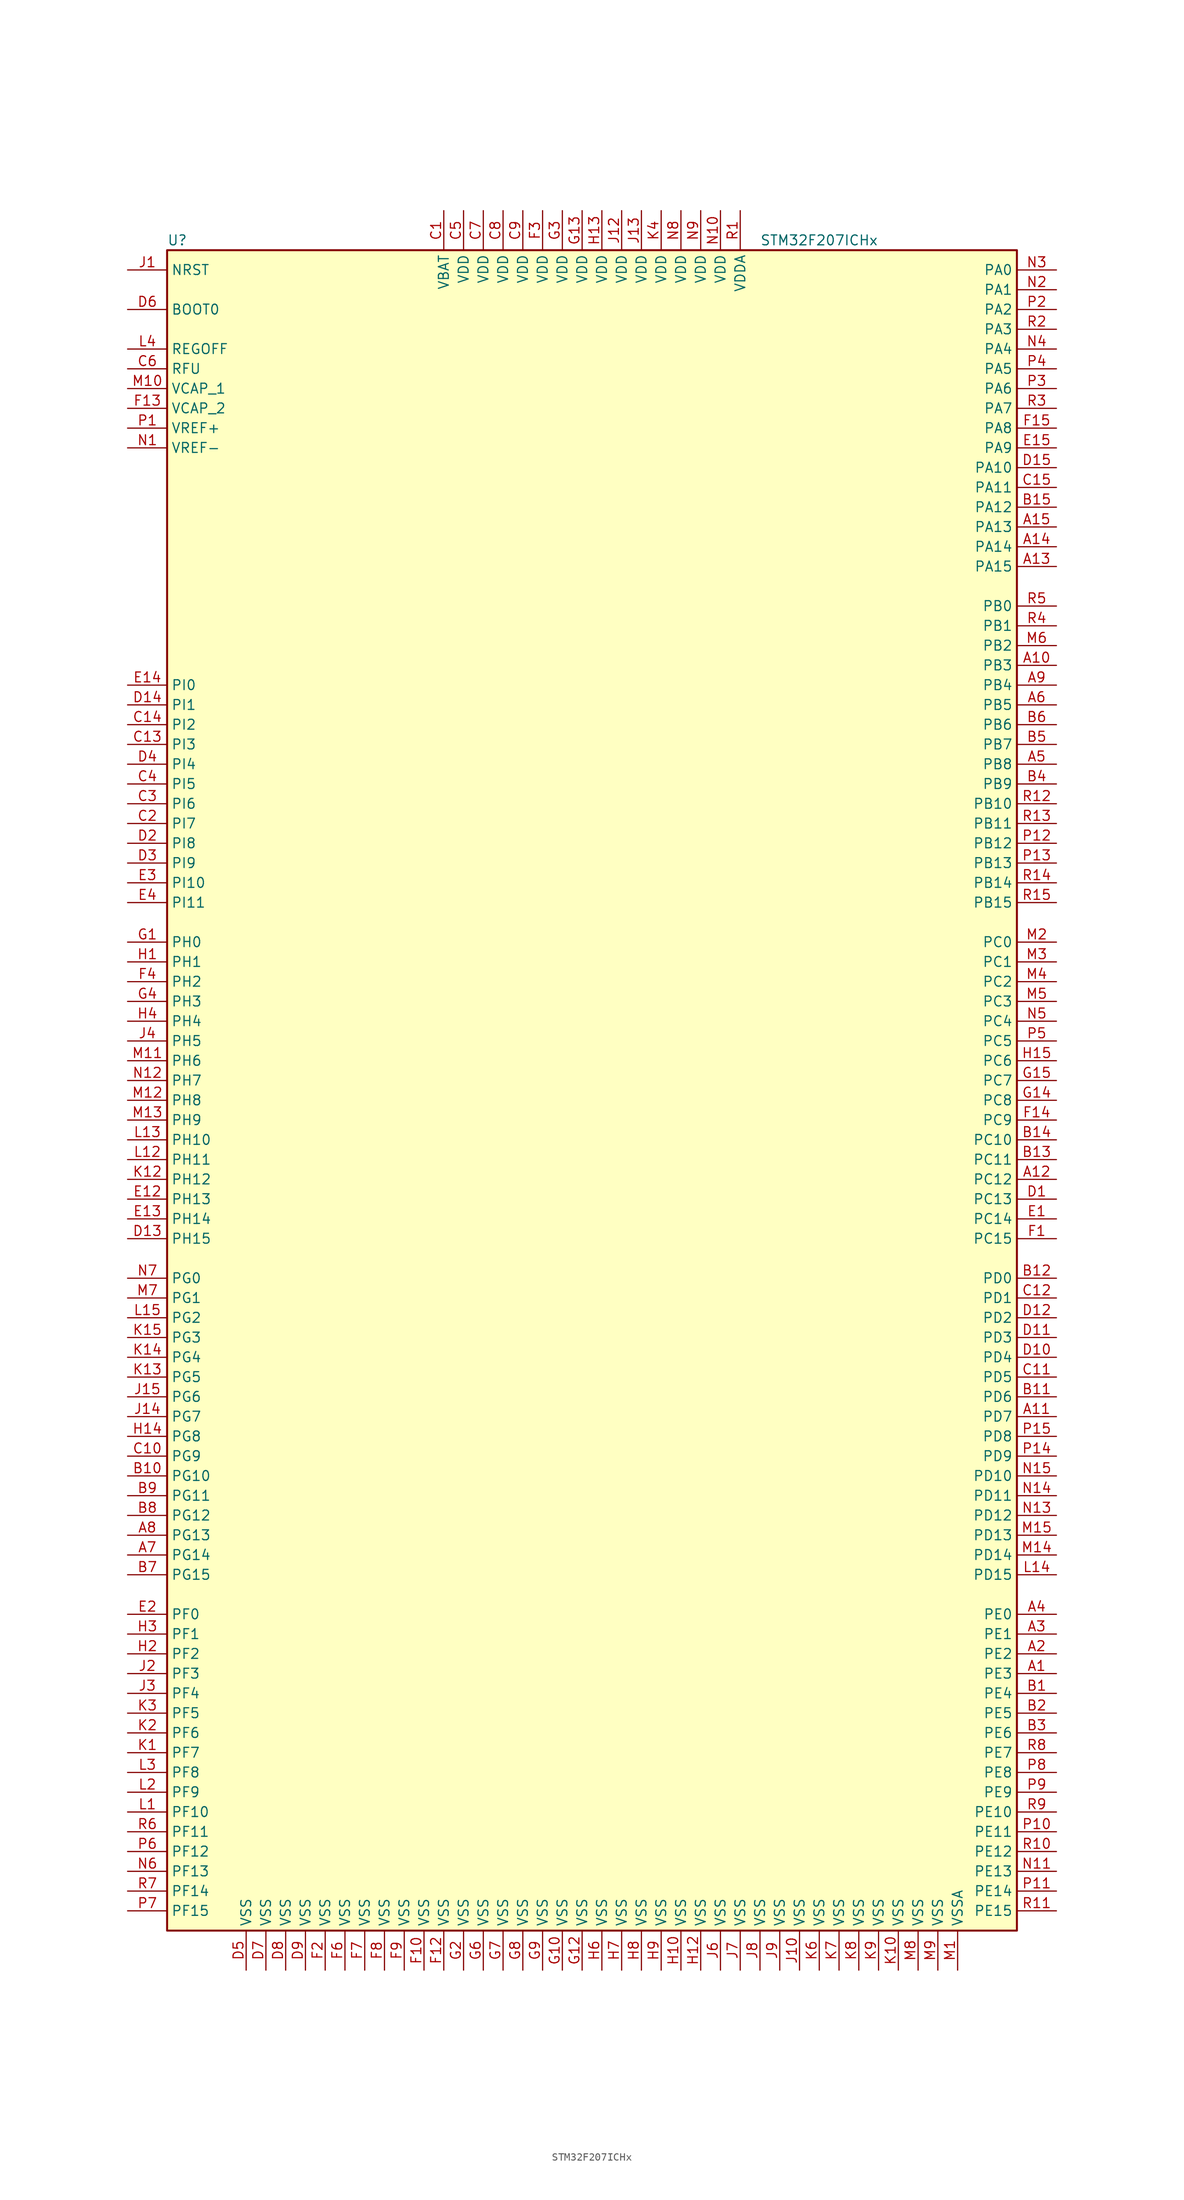
<source format=kicad_sym>
(kicad_symbol_lib
  (version 20201005)
  (generator kicad_symbol_editor)
  (symbol "STM32F207ICHx"
    (property "Reference" "U"
      (at -55.88 107.95 0)
      (effects (font (size 1.27 1.27)) (justify left)))
    (property "Value" "STM32F207ICHx"
      (at 20.32 107.95 0)
      (effects (font (size 1.27 1.27)) (justify left)))
    (symbol "STM32F207ICHx_0_1"
      (rectangle (start -55.88 -109.22) (end 53.34 106.68) (stroke (width 0.254)) (fill (type background))))
    (symbol "STM32F207ICHx_1_1"
      (pin bidirectional line (at 58.42 -76.2 180) (length 5.08) (name "PE3" (effects (font (size 1.27 1.27)))) (number "A1" (effects (font (size 1.27 1.27)))))
      (pin bidirectional line (at 58.42 53.34 180) (length 5.08) (name "PB3" (effects (font (size 1.27 1.27)))) (number "A10" (effects (font (size 1.27 1.27)))))
      (pin bidirectional line (at 58.42 -43.18 180) (length 5.08) (name "PD7" (effects (font (size 1.27 1.27)))) (number "A11" (effects (font (size 1.27 1.27)))))
      (pin bidirectional line (at 58.42 -12.7 180) (length 5.08) (name "PC12" (effects (font (size 1.27 1.27)))) (number "A12" (effects (font (size 1.27 1.27)))))
      (pin bidirectional line (at 58.42 66.04 180) (length 5.08) (name "PA15" (effects (font (size 1.27 1.27)))) (number "A13" (effects (font (size 1.27 1.27)))))
      (pin bidirectional line (at 58.42 68.58 180) (length 5.08) (name "PA14" (effects (font (size 1.27 1.27)))) (number "A14" (effects (font (size 1.27 1.27)))))
      (pin bidirectional line (at 58.42 71.12 180) (length 5.08) (name "PA13" (effects (font (size 1.27 1.27)))) (number "A15" (effects (font (size 1.27 1.27)))))
      (pin bidirectional line (at 58.42 -73.66 180) (length 5.08) (name "PE2" (effects (font (size 1.27 1.27)))) (number "A2" (effects (font (size 1.27 1.27)))))
      (pin bidirectional line (at 58.42 -71.12 180) (length 5.08) (name "PE1" (effects (font (size 1.27 1.27)))) (number "A3" (effects (font (size 1.27 1.27)))))
      (pin bidirectional line (at 58.42 -68.58 180) (length 5.08) (name "PE0" (effects (font (size 1.27 1.27)))) (number "A4" (effects (font (size 1.27 1.27)))))
      (pin bidirectional line (at 58.42 40.64 180) (length 5.08) (name "PB8" (effects (font (size 1.27 1.27)))) (number "A5" (effects (font (size 1.27 1.27)))))
      (pin bidirectional line (at 58.42 48.26 180) (length 5.08) (name "PB5" (effects (font (size 1.27 1.27)))) (number "A6" (effects (font (size 1.27 1.27)))))
      (pin bidirectional line (at -60.96 -60.96 0) (length 5.08) (name "PG14" (effects (font (size 1.27 1.27)))) (number "A7" (effects (font (size 1.27 1.27)))))
      (pin bidirectional line (at -60.96 -58.42 0) (length 5.08) (name "PG13" (effects (font (size 1.27 1.27)))) (number "A8" (effects (font (size 1.27 1.27)))))
      (pin bidirectional line (at 58.42 50.8 180) (length 5.08) (name "PB4" (effects (font (size 1.27 1.27)))) (number "A9" (effects (font (size 1.27 1.27)))))
      (pin bidirectional line (at 58.42 -78.74 180) (length 5.08) (name "PE4" (effects (font (size 1.27 1.27)))) (number "B1" (effects (font (size 1.27 1.27)))))
      (pin bidirectional line (at -60.96 -50.8 0) (length 5.08) (name "PG10" (effects (font (size 1.27 1.27)))) (number "B10" (effects (font (size 1.27 1.27)))))
      (pin bidirectional line (at 58.42 -40.64 180) (length 5.08) (name "PD6" (effects (font (size 1.27 1.27)))) (number "B11" (effects (font (size 1.27 1.27)))))
      (pin bidirectional line (at 58.42 -25.4 180) (length 5.08) (name "PD0" (effects (font (size 1.27 1.27)))) (number "B12" (effects (font (size 1.27 1.27)))))
      (pin bidirectional line (at 58.42 -10.16 180) (length 5.08) (name "PC11" (effects (font (size 1.27 1.27)))) (number "B13" (effects (font (size 1.27 1.27)))))
      (pin bidirectional line (at 58.42 -7.62 180) (length 5.08) (name "PC10" (effects (font (size 1.27 1.27)))) (number "B14" (effects (font (size 1.27 1.27)))))
      (pin bidirectional line (at 58.42 73.66 180) (length 5.08) (name "PA12" (effects (font (size 1.27 1.27)))) (number "B15" (effects (font (size 1.27 1.27)))))
      (pin bidirectional line (at 58.42 -81.28 180) (length 5.08) (name "PE5" (effects (font (size 1.27 1.27)))) (number "B2" (effects (font (size 1.27 1.27)))))
      (pin bidirectional line (at 58.42 -83.82 180) (length 5.08) (name "PE6" (effects (font (size 1.27 1.27)))) (number "B3" (effects (font (size 1.27 1.27)))))
      (pin bidirectional line (at 58.42 38.1 180) (length 5.08) (name "PB9" (effects (font (size 1.27 1.27)))) (number "B4" (effects (font (size 1.27 1.27)))))
      (pin bidirectional line (at 58.42 43.18 180) (length 5.08) (name "PB7" (effects (font (size 1.27 1.27)))) (number "B5" (effects (font (size 1.27 1.27)))))
      (pin bidirectional line (at 58.42 45.72 180) (length 5.08) (name "PB6" (effects (font (size 1.27 1.27)))) (number "B6" (effects (font (size 1.27 1.27)))))
      (pin bidirectional line (at -60.96 -63.5 0) (length 5.08) (name "PG15" (effects (font (size 1.27 1.27)))) (number "B7" (effects (font (size 1.27 1.27)))))
      (pin bidirectional line (at -60.96 -55.88 0) (length 5.08) (name "PG12" (effects (font (size 1.27 1.27)))) (number "B8" (effects (font (size 1.27 1.27)))))
      (pin bidirectional line (at -60.96 -53.34 0) (length 5.08) (name "PG11" (effects (font (size 1.27 1.27)))) (number "B9" (effects (font (size 1.27 1.27)))))
      (pin power_in line (at -20.32 111.76 270) (length 5.08) (name "VBAT" (effects (font (size 1.27 1.27)))) (number "C1" (effects (font (size 1.27 1.27)))))
      (pin bidirectional line (at -60.96 -48.26 0) (length 5.08) (name "PG9" (effects (font (size 1.27 1.27)))) (number "C10" (effects (font (size 1.27 1.27)))))
      (pin bidirectional line (at 58.42 -38.1 180) (length 5.08) (name "PD5" (effects (font (size 1.27 1.27)))) (number "C11" (effects (font (size 1.27 1.27)))))
      (pin bidirectional line (at 58.42 -27.94 180) (length 5.08) (name "PD1" (effects (font (size 1.27 1.27)))) (number "C12" (effects (font (size 1.27 1.27)))))
      (pin bidirectional line (at -60.96 43.18 0) (length 5.08) (name "PI3" (effects (font (size 1.27 1.27)))) (number "C13" (effects (font (size 1.27 1.27)))))
      (pin bidirectional line (at -60.96 45.72 0) (length 5.08) (name "PI2" (effects (font (size 1.27 1.27)))) (number "C14" (effects (font (size 1.27 1.27)))))
      (pin bidirectional line (at 58.42 76.2 180) (length 5.08) (name "PA11" (effects (font (size 1.27 1.27)))) (number "C15" (effects (font (size 1.27 1.27)))))
      (pin bidirectional line (at -60.96 33.02 0) (length 5.08) (name "PI7" (effects (font (size 1.27 1.27)))) (number "C2" (effects (font (size 1.27 1.27)))))
      (pin bidirectional line (at -60.96 35.56 0) (length 5.08) (name "PI6" (effects (font (size 1.27 1.27)))) (number "C3" (effects (font (size 1.27 1.27)))))
      (pin bidirectional line (at -60.96 38.1 0) (length 5.08) (name "PI5" (effects (font (size 1.27 1.27)))) (number "C4" (effects (font (size 1.27 1.27)))))
      (pin power_in line (at -17.78 111.76 270) (length 5.08) (name "VDD" (effects (font (size 1.27 1.27)))) (number "C5" (effects (font (size 1.27 1.27)))))
      (pin power_in line (at -60.96 91.44 0) (length 5.08) (name "RFU" (effects (font (size 1.27 1.27)))) (number "C6" (effects (font (size 1.27 1.27)))))
      (pin power_in line (at -15.24 111.76 270) (length 5.08) (name "VDD" (effects (font (size 1.27 1.27)))) (number "C7" (effects (font (size 1.27 1.27)))))
      (pin power_in line (at -12.7 111.76 270) (length 5.08) (name "VDD" (effects (font (size 1.27 1.27)))) (number "C8" (effects (font (size 1.27 1.27)))))
      (pin power_in line (at -10.16 111.76 270) (length 5.08) (name "VDD" (effects (font (size 1.27 1.27)))) (number "C9" (effects (font (size 1.27 1.27)))))
      (pin bidirectional line (at 58.42 -15.24 180) (length 5.08) (name "PC13" (effects (font (size 1.27 1.27)))) (number "D1" (effects (font (size 1.27 1.27)))))
      (pin bidirectional line (at 58.42 -35.56 180) (length 5.08) (name "PD4" (effects (font (size 1.27 1.27)))) (number "D10" (effects (font (size 1.27 1.27)))))
      (pin bidirectional line (at 58.42 -33.02 180) (length 5.08) (name "PD3" (effects (font (size 1.27 1.27)))) (number "D11" (effects (font (size 1.27 1.27)))))
      (pin bidirectional line (at 58.42 -30.48 180) (length 5.08) (name "PD2" (effects (font (size 1.27 1.27)))) (number "D12" (effects (font (size 1.27 1.27)))))
      (pin bidirectional line (at -60.96 -20.32 0) (length 5.08) (name "PH15" (effects (font (size 1.27 1.27)))) (number "D13" (effects (font (size 1.27 1.27)))))
      (pin bidirectional line (at -60.96 48.26 0) (length 5.08) (name "PI1" (effects (font (size 1.27 1.27)))) (number "D14" (effects (font (size 1.27 1.27)))))
      (pin bidirectional line (at 58.42 78.74 180) (length 5.08) (name "PA10" (effects (font (size 1.27 1.27)))) (number "D15" (effects (font (size 1.27 1.27)))))
      (pin bidirectional line (at -60.96 30.48 0) (length 5.08) (name "PI8" (effects (font (size 1.27 1.27)))) (number "D2" (effects (font (size 1.27 1.27)))))
      (pin bidirectional line (at -60.96 27.94 0) (length 5.08) (name "PI9" (effects (font (size 1.27 1.27)))) (number "D3" (effects (font (size 1.27 1.27)))))
      (pin bidirectional line (at -60.96 40.64 0) (length 5.08) (name "PI4" (effects (font (size 1.27 1.27)))) (number "D4" (effects (font (size 1.27 1.27)))))
      (pin power_in line (at -45.72 -114.3 90) (length 5.08) (name "VSS" (effects (font (size 1.27 1.27)))) (number "D5" (effects (font (size 1.27 1.27)))))
      (pin input line (at -60.96 99.06 0) (length 5.08) (name "BOOT0" (effects (font (size 1.27 1.27)))) (number "D6" (effects (font (size 1.27 1.27)))))
      (pin power_in line (at -43.18 -114.3 90) (length 5.08) (name "VSS" (effects (font (size 1.27 1.27)))) (number "D7" (effects (font (size 1.27 1.27)))))
      (pin power_in line (at -40.64 -114.3 90) (length 5.08) (name "VSS" (effects (font (size 1.27 1.27)))) (number "D8" (effects (font (size 1.27 1.27)))))
      (pin power_in line (at -38.1 -114.3 90) (length 5.08) (name "VSS" (effects (font (size 1.27 1.27)))) (number "D9" (effects (font (size 1.27 1.27)))))
      (pin bidirectional line (at 58.42 -17.78 180) (length 5.08) (name "PC14" (effects (font (size 1.27 1.27)))) (number "E1" (effects (font (size 1.27 1.27)))))
      (pin bidirectional line (at -60.96 -15.24 0) (length 5.08) (name "PH13" (effects (font (size 1.27 1.27)))) (number "E12" (effects (font (size 1.27 1.27)))))
      (pin bidirectional line (at -60.96 -17.78 0) (length 5.08) (name "PH14" (effects (font (size 1.27 1.27)))) (number "E13" (effects (font (size 1.27 1.27)))))
      (pin bidirectional line (at -60.96 50.8 0) (length 5.08) (name "PI0" (effects (font (size 1.27 1.27)))) (number "E14" (effects (font (size 1.27 1.27)))))
      (pin bidirectional line (at 58.42 81.28 180) (length 5.08) (name "PA9" (effects (font (size 1.27 1.27)))) (number "E15" (effects (font (size 1.27 1.27)))))
      (pin bidirectional line (at -60.96 -68.58 0) (length 5.08) (name "PF0" (effects (font (size 1.27 1.27)))) (number "E2" (effects (font (size 1.27 1.27)))))
      (pin bidirectional line (at -60.96 25.4 0) (length 5.08) (name "PI10" (effects (font (size 1.27 1.27)))) (number "E3" (effects (font (size 1.27 1.27)))))
      (pin bidirectional line (at -60.96 22.86 0) (length 5.08) (name "PI11" (effects (font (size 1.27 1.27)))) (number "E4" (effects (font (size 1.27 1.27)))))
      (pin bidirectional line (at 58.42 -20.32 180) (length 5.08) (name "PC15" (effects (font (size 1.27 1.27)))) (number "F1" (effects (font (size 1.27 1.27)))))
      (pin power_in line (at -22.86 -114.3 90) (length 5.08) (name "VSS" (effects (font (size 1.27 1.27)))) (number "F10" (effects (font (size 1.27 1.27)))))
      (pin power_in line (at -20.32 -114.3 90) (length 5.08) (name "VSS" (effects (font (size 1.27 1.27)))) (number "F12" (effects (font (size 1.27 1.27)))))
      (pin power_in line (at -60.96 86.36 0) (length 5.08) (name "VCAP_2" (effects (font (size 1.27 1.27)))) (number "F13" (effects (font (size 1.27 1.27)))))
      (pin bidirectional line (at 58.42 -5.08 180) (length 5.08) (name "PC9" (effects (font (size 1.27 1.27)))) (number "F14" (effects (font (size 1.27 1.27)))))
      (pin bidirectional line (at 58.42 83.82 180) (length 5.08) (name "PA8" (effects (font (size 1.27 1.27)))) (number "F15" (effects (font (size 1.27 1.27)))))
      (pin power_in line (at -35.56 -114.3 90) (length 5.08) (name "VSS" (effects (font (size 1.27 1.27)))) (number "F2" (effects (font (size 1.27 1.27)))))
      (pin power_in line (at -7.62 111.76 270) (length 5.08) (name "VDD" (effects (font (size 1.27 1.27)))) (number "F3" (effects (font (size 1.27 1.27)))))
      (pin bidirectional line (at -60.96 12.7 0) (length 5.08) (name "PH2" (effects (font (size 1.27 1.27)))) (number "F4" (effects (font (size 1.27 1.27)))))
      (pin power_in line (at -33.02 -114.3 90) (length 5.08) (name "VSS" (effects (font (size 1.27 1.27)))) (number "F6" (effects (font (size 1.27 1.27)))))
      (pin power_in line (at -30.48 -114.3 90) (length 5.08) (name "VSS" (effects (font (size 1.27 1.27)))) (number "F7" (effects (font (size 1.27 1.27)))))
      (pin power_in line (at -27.94 -114.3 90) (length 5.08) (name "VSS" (effects (font (size 1.27 1.27)))) (number "F8" (effects (font (size 1.27 1.27)))))
      (pin power_in line (at -25.4 -114.3 90) (length 5.08) (name "VSS" (effects (font (size 1.27 1.27)))) (number "F9" (effects (font (size 1.27 1.27)))))
      (pin input line (at -60.96 17.78 0) (length 5.08) (name "PH0" (effects (font (size 1.27 1.27)))) (number "G1" (effects (font (size 1.27 1.27)))))
      (pin power_in line (at -5.08 -114.3 90) (length 5.08) (name "VSS" (effects (font (size 1.27 1.27)))) (number "G10" (effects (font (size 1.27 1.27)))))
      (pin power_in line (at -2.54 -114.3 90) (length 5.08) (name "VSS" (effects (font (size 1.27 1.27)))) (number "G12" (effects (font (size 1.27 1.27)))))
      (pin power_in line (at -2.54 111.76 270) (length 5.08) (name "VDD" (effects (font (size 1.27 1.27)))) (number "G13" (effects (font (size 1.27 1.27)))))
      (pin bidirectional line (at 58.42 -2.54 180) (length 5.08) (name "PC8" (effects (font (size 1.27 1.27)))) (number "G14" (effects (font (size 1.27 1.27)))))
      (pin bidirectional line (at 58.42 0 180) (length 5.08) (name "PC7" (effects (font (size 1.27 1.27)))) (number "G15" (effects (font (size 1.27 1.27)))))
      (pin power_in line (at -17.78 -114.3 90) (length 5.08) (name "VSS" (effects (font (size 1.27 1.27)))) (number "G2" (effects (font (size 1.27 1.27)))))
      (pin power_in line (at -5.08 111.76 270) (length 5.08) (name "VDD" (effects (font (size 1.27 1.27)))) (number "G3" (effects (font (size 1.27 1.27)))))
      (pin bidirectional line (at -60.96 10.16 0) (length 5.08) (name "PH3" (effects (font (size 1.27 1.27)))) (number "G4" (effects (font (size 1.27 1.27)))))
      (pin power_in line (at -15.24 -114.3 90) (length 5.08) (name "VSS" (effects (font (size 1.27 1.27)))) (number "G6" (effects (font (size 1.27 1.27)))))
      (pin power_in line (at -12.7 -114.3 90) (length 5.08) (name "VSS" (effects (font (size 1.27 1.27)))) (number "G7" (effects (font (size 1.27 1.27)))))
      (pin power_in line (at -10.16 -114.3 90) (length 5.08) (name "VSS" (effects (font (size 1.27 1.27)))) (number "G8" (effects (font (size 1.27 1.27)))))
      (pin power_in line (at -7.62 -114.3 90) (length 5.08) (name "VSS" (effects (font (size 1.27 1.27)))) (number "G9" (effects (font (size 1.27 1.27)))))
      (pin input line (at -60.96 15.24 0) (length 5.08) (name "PH1" (effects (font (size 1.27 1.27)))) (number "H1" (effects (font (size 1.27 1.27)))))
      (pin power_in line (at 10.16 -114.3 90) (length 5.08) (name "VSS" (effects (font (size 1.27 1.27)))) (number "H10" (effects (font (size 1.27 1.27)))))
      (pin power_in line (at 12.7 -114.3 90) (length 5.08) (name "VSS" (effects (font (size 1.27 1.27)))) (number "H12" (effects (font (size 1.27 1.27)))))
      (pin power_in line (at 0 111.76 270) (length 5.08) (name "VDD" (effects (font (size 1.27 1.27)))) (number "H13" (effects (font (size 1.27 1.27)))))
      (pin bidirectional line (at -60.96 -45.72 0) (length 5.08) (name "PG8" (effects (font (size 1.27 1.27)))) (number "H14" (effects (font (size 1.27 1.27)))))
      (pin bidirectional line (at 58.42 2.54 180) (length 5.08) (name "PC6" (effects (font (size 1.27 1.27)))) (number "H15" (effects (font (size 1.27 1.27)))))
      (pin bidirectional line (at -60.96 -73.66 0) (length 5.08) (name "PF2" (effects (font (size 1.27 1.27)))) (number "H2" (effects (font (size 1.27 1.27)))))
      (pin bidirectional line (at -60.96 -71.12 0) (length 5.08) (name "PF1" (effects (font (size 1.27 1.27)))) (number "H3" (effects (font (size 1.27 1.27)))))
      (pin bidirectional line (at -60.96 7.62 0) (length 5.08) (name "PH4" (effects (font (size 1.27 1.27)))) (number "H4" (effects (font (size 1.27 1.27)))))
      (pin power_in line (at 0 -114.3 90) (length 5.08) (name "VSS" (effects (font (size 1.27 1.27)))) (number "H6" (effects (font (size 1.27 1.27)))))
      (pin power_in line (at 2.54 -114.3 90) (length 5.08) (name "VSS" (effects (font (size 1.27 1.27)))) (number "H7" (effects (font (size 1.27 1.27)))))
      (pin power_in line (at 5.08 -114.3 90) (length 5.08) (name "VSS" (effects (font (size 1.27 1.27)))) (number "H8" (effects (font (size 1.27 1.27)))))
      (pin power_in line (at 7.62 -114.3 90) (length 5.08) (name "VSS" (effects (font (size 1.27 1.27)))) (number "H9" (effects (font (size 1.27 1.27)))))
      (pin input line (at -60.96 104.14 0) (length 5.08) (name "NRST" (effects (font (size 1.27 1.27)))) (number "J1" (effects (font (size 1.27 1.27)))))
      (pin power_in line (at 25.4 -114.3 90) (length 5.08) (name "VSS" (effects (font (size 1.27 1.27)))) (number "J10" (effects (font (size 1.27 1.27)))))
      (pin power_in line (at 2.54 111.76 270) (length 5.08) (name "VDD" (effects (font (size 1.27 1.27)))) (number "J12" (effects (font (size 1.27 1.27)))))
      (pin power_in line (at 5.08 111.76 270) (length 5.08) (name "VDD" (effects (font (size 1.27 1.27)))) (number "J13" (effects (font (size 1.27 1.27)))))
      (pin bidirectional line (at -60.96 -43.18 0) (length 5.08) (name "PG7" (effects (font (size 1.27 1.27)))) (number "J14" (effects (font (size 1.27 1.27)))))
      (pin bidirectional line (at -60.96 -40.64 0) (length 5.08) (name "PG6" (effects (font (size 1.27 1.27)))) (number "J15" (effects (font (size 1.27 1.27)))))
      (pin bidirectional line (at -60.96 -76.2 0) (length 5.08) (name "PF3" (effects (font (size 1.27 1.27)))) (number "J2" (effects (font (size 1.27 1.27)))))
      (pin bidirectional line (at -60.96 -78.74 0) (length 5.08) (name "PF4" (effects (font (size 1.27 1.27)))) (number "J3" (effects (font (size 1.27 1.27)))))
      (pin bidirectional line (at -60.96 5.08 0) (length 5.08) (name "PH5" (effects (font (size 1.27 1.27)))) (number "J4" (effects (font (size 1.27 1.27)))))
      (pin power_in line (at 15.24 -114.3 90) (length 5.08) (name "VSS" (effects (font (size 1.27 1.27)))) (number "J6" (effects (font (size 1.27 1.27)))))
      (pin power_in line (at 17.78 -114.3 90) (length 5.08) (name "VSS" (effects (font (size 1.27 1.27)))) (number "J7" (effects (font (size 1.27 1.27)))))
      (pin power_in line (at 20.32 -114.3 90) (length 5.08) (name "VSS" (effects (font (size 1.27 1.27)))) (number "J8" (effects (font (size 1.27 1.27)))))
      (pin power_in line (at 22.86 -114.3 90) (length 5.08) (name "VSS" (effects (font (size 1.27 1.27)))) (number "J9" (effects (font (size 1.27 1.27)))))
      (pin bidirectional line (at -60.96 -86.36 0) (length 5.08) (name "PF7" (effects (font (size 1.27 1.27)))) (number "K1" (effects (font (size 1.27 1.27)))))
      (pin power_in line (at 38.1 -114.3 90) (length 5.08) (name "VSS" (effects (font (size 1.27 1.27)))) (number "K10" (effects (font (size 1.27 1.27)))))
      (pin bidirectional line (at -60.96 -12.7 0) (length 5.08) (name "PH12" (effects (font (size 1.27 1.27)))) (number "K12" (effects (font (size 1.27 1.27)))))
      (pin bidirectional line (at -60.96 -38.1 0) (length 5.08) (name "PG5" (effects (font (size 1.27 1.27)))) (number "K13" (effects (font (size 1.27 1.27)))))
      (pin bidirectional line (at -60.96 -35.56 0) (length 5.08) (name "PG4" (effects (font (size 1.27 1.27)))) (number "K14" (effects (font (size 1.27 1.27)))))
      (pin bidirectional line (at -60.96 -33.02 0) (length 5.08) (name "PG3" (effects (font (size 1.27 1.27)))) (number "K15" (effects (font (size 1.27 1.27)))))
      (pin bidirectional line (at -60.96 -83.82 0) (length 5.08) (name "PF6" (effects (font (size 1.27 1.27)))) (number "K2" (effects (font (size 1.27 1.27)))))
      (pin bidirectional line (at -60.96 -81.28 0) (length 5.08) (name "PF5" (effects (font (size 1.27 1.27)))) (number "K3" (effects (font (size 1.27 1.27)))))
      (pin power_in line (at 7.62 111.76 270) (length 5.08) (name "VDD" (effects (font (size 1.27 1.27)))) (number "K4" (effects (font (size 1.27 1.27)))))
      (pin power_in line (at 27.94 -114.3 90) (length 5.08) (name "VSS" (effects (font (size 1.27 1.27)))) (number "K6" (effects (font (size 1.27 1.27)))))
      (pin power_in line (at 30.48 -114.3 90) (length 5.08) (name "VSS" (effects (font (size 1.27 1.27)))) (number "K7" (effects (font (size 1.27 1.27)))))
      (pin power_in line (at 33.02 -114.3 90) (length 5.08) (name "VSS" (effects (font (size 1.27 1.27)))) (number "K8" (effects (font (size 1.27 1.27)))))
      (pin power_in line (at 35.56 -114.3 90) (length 5.08) (name "VSS" (effects (font (size 1.27 1.27)))) (number "K9" (effects (font (size 1.27 1.27)))))
      (pin bidirectional line (at -60.96 -93.98 0) (length 5.08) (name "PF10" (effects (font (size 1.27 1.27)))) (number "L1" (effects (font (size 1.27 1.27)))))
      (pin bidirectional line (at -60.96 -10.16 0) (length 5.08) (name "PH11" (effects (font (size 1.27 1.27)))) (number "L12" (effects (font (size 1.27 1.27)))))
      (pin bidirectional line (at -60.96 -7.62 0) (length 5.08) (name "PH10" (effects (font (size 1.27 1.27)))) (number "L13" (effects (font (size 1.27 1.27)))))
      (pin bidirectional line (at 58.42 -63.5 180) (length 5.08) (name "PD15" (effects (font (size 1.27 1.27)))) (number "L14" (effects (font (size 1.27 1.27)))))
      (pin bidirectional line (at -60.96 -30.48 0) (length 5.08) (name "PG2" (effects (font (size 1.27 1.27)))) (number "L15" (effects (font (size 1.27 1.27)))))
      (pin bidirectional line (at -60.96 -91.44 0) (length 5.08) (name "PF9" (effects (font (size 1.27 1.27)))) (number "L2" (effects (font (size 1.27 1.27)))))
      (pin bidirectional line (at -60.96 -88.9 0) (length 5.08) (name "PF8" (effects (font (size 1.27 1.27)))) (number "L3" (effects (font (size 1.27 1.27)))))
      (pin power_in line (at -60.96 93.98 0) (length 5.08) (name "REGOFF" (effects (font (size 1.27 1.27)))) (number "L4" (effects (font (size 1.27 1.27)))))
      (pin power_in line (at 45.72 -114.3 90) (length 5.08) (name "VSSA" (effects (font (size 1.27 1.27)))) (number "M1" (effects (font (size 1.27 1.27)))))
      (pin power_in line (at -60.96 88.9 0) (length 5.08) (name "VCAP_1" (effects (font (size 1.27 1.27)))) (number "M10" (effects (font (size 1.27 1.27)))))
      (pin bidirectional line (at -60.96 2.54 0) (length 5.08) (name "PH6" (effects (font (size 1.27 1.27)))) (number "M11" (effects (font (size 1.27 1.27)))))
      (pin bidirectional line (at -60.96 -2.54 0) (length 5.08) (name "PH8" (effects (font (size 1.27 1.27)))) (number "M12" (effects (font (size 1.27 1.27)))))
      (pin bidirectional line (at -60.96 -5.08 0) (length 5.08) (name "PH9" (effects (font (size 1.27 1.27)))) (number "M13" (effects (font (size 1.27 1.27)))))
      (pin bidirectional line (at 58.42 -60.96 180) (length 5.08) (name "PD14" (effects (font (size 1.27 1.27)))) (number "M14" (effects (font (size 1.27 1.27)))))
      (pin bidirectional line (at 58.42 -58.42 180) (length 5.08) (name "PD13" (effects (font (size 1.27 1.27)))) (number "M15" (effects (font (size 1.27 1.27)))))
      (pin bidirectional line (at 58.42 17.78 180) (length 5.08) (name "PC0" (effects (font (size 1.27 1.27)))) (number "M2" (effects (font (size 1.27 1.27)))))
      (pin bidirectional line (at 58.42 15.24 180) (length 5.08) (name "PC1" (effects (font (size 1.27 1.27)))) (number "M3" (effects (font (size 1.27 1.27)))))
      (pin bidirectional line (at 58.42 12.7 180) (length 5.08) (name "PC2" (effects (font (size 1.27 1.27)))) (number "M4" (effects (font (size 1.27 1.27)))))
      (pin bidirectional line (at 58.42 10.16 180) (length 5.08) (name "PC3" (effects (font (size 1.27 1.27)))) (number "M5" (effects (font (size 1.27 1.27)))))
      (pin bidirectional line (at 58.42 55.88 180) (length 5.08) (name "PB2" (effects (font (size 1.27 1.27)))) (number "M6" (effects (font (size 1.27 1.27)))))
      (pin bidirectional line (at -60.96 -27.94 0) (length 5.08) (name "PG1" (effects (font (size 1.27 1.27)))) (number "M7" (effects (font (size 1.27 1.27)))))
      (pin power_in line (at 40.64 -114.3 90) (length 5.08) (name "VSS" (effects (font (size 1.27 1.27)))) (number "M8" (effects (font (size 1.27 1.27)))))
      (pin power_in line (at 43.18 -114.3 90) (length 5.08) (name "VSS" (effects (font (size 1.27 1.27)))) (number "M9" (effects (font (size 1.27 1.27)))))
      (pin power_in line (at -60.96 81.28 0) (length 5.08) (name "VREF-" (effects (font (size 1.27 1.27)))) (number "N1" (effects (font (size 1.27 1.27)))))
      (pin power_in line (at 15.24 111.76 270) (length 5.08) (name "VDD" (effects (font (size 1.27 1.27)))) (number "N10" (effects (font (size 1.27 1.27)))))
      (pin bidirectional line (at 58.42 -101.6 180) (length 5.08) (name "PE13" (effects (font (size 1.27 1.27)))) (number "N11" (effects (font (size 1.27 1.27)))))
      (pin bidirectional line (at -60.96 0 0) (length 5.08) (name "PH7" (effects (font (size 1.27 1.27)))) (number "N12" (effects (font (size 1.27 1.27)))))
      (pin bidirectional line (at 58.42 -55.88 180) (length 5.08) (name "PD12" (effects (font (size 1.27 1.27)))) (number "N13" (effects (font (size 1.27 1.27)))))
      (pin bidirectional line (at 58.42 -53.34 180) (length 5.08) (name "PD11" (effects (font (size 1.27 1.27)))) (number "N14" (effects (font (size 1.27 1.27)))))
      (pin bidirectional line (at 58.42 -50.8 180) (length 5.08) (name "PD10" (effects (font (size 1.27 1.27)))) (number "N15" (effects (font (size 1.27 1.27)))))
      (pin bidirectional line (at 58.42 101.6 180) (length 5.08) (name "PA1" (effects (font (size 1.27 1.27)))) (number "N2" (effects (font (size 1.27 1.27)))))
      (pin bidirectional line (at 58.42 104.14 180) (length 5.08) (name "PA0" (effects (font (size 1.27 1.27)))) (number "N3" (effects (font (size 1.27 1.27)))))
      (pin bidirectional line (at 58.42 93.98 180) (length 5.08) (name "PA4" (effects (font (size 1.27 1.27)))) (number "N4" (effects (font (size 1.27 1.27)))))
      (pin bidirectional line (at 58.42 7.62 180) (length 5.08) (name "PC4" (effects (font (size 1.27 1.27)))) (number "N5" (effects (font (size 1.27 1.27)))))
      (pin bidirectional line (at -60.96 -101.6 0) (length 5.08) (name "PF13" (effects (font (size 1.27 1.27)))) (number "N6" (effects (font (size 1.27 1.27)))))
      (pin bidirectional line (at -60.96 -25.4 0) (length 5.08) (name "PG0" (effects (font (size 1.27 1.27)))) (number "N7" (effects (font (size 1.27 1.27)))))
      (pin power_in line (at 10.16 111.76 270) (length 5.08) (name "VDD" (effects (font (size 1.27 1.27)))) (number "N8" (effects (font (size 1.27 1.27)))))
      (pin power_in line (at 12.7 111.76 270) (length 5.08) (name "VDD" (effects (font (size 1.27 1.27)))) (number "N9" (effects (font (size 1.27 1.27)))))
      (pin power_in line (at -60.96 83.82 0) (length 5.08) (name "VREF+" (effects (font (size 1.27 1.27)))) (number "P1" (effects (font (size 1.27 1.27)))))
      (pin bidirectional line (at 58.42 -96.52 180) (length 5.08) (name "PE11" (effects (font (size 1.27 1.27)))) (number "P10" (effects (font (size 1.27 1.27)))))
      (pin bidirectional line (at 58.42 -104.14 180) (length 5.08) (name "PE14" (effects (font (size 1.27 1.27)))) (number "P11" (effects (font (size 1.27 1.27)))))
      (pin bidirectional line (at 58.42 30.48 180) (length 5.08) (name "PB12" (effects (font (size 1.27 1.27)))) (number "P12" (effects (font (size 1.27 1.27)))))
      (pin bidirectional line (at 58.42 27.94 180) (length 5.08) (name "PB13" (effects (font (size 1.27 1.27)))) (number "P13" (effects (font (size 1.27 1.27)))))
      (pin bidirectional line (at 58.42 -48.26 180) (length 5.08) (name "PD9" (effects (font (size 1.27 1.27)))) (number "P14" (effects (font (size 1.27 1.27)))))
      (pin bidirectional line (at 58.42 -45.72 180) (length 5.08) (name "PD8" (effects (font (size 1.27 1.27)))) (number "P15" (effects (font (size 1.27 1.27)))))
      (pin bidirectional line (at 58.42 99.06 180) (length 5.08) (name "PA2" (effects (font (size 1.27 1.27)))) (number "P2" (effects (font (size 1.27 1.27)))))
      (pin bidirectional line (at 58.42 88.9 180) (length 5.08) (name "PA6" (effects (font (size 1.27 1.27)))) (number "P3" (effects (font (size 1.27 1.27)))))
      (pin bidirectional line (at 58.42 91.44 180) (length 5.08) (name "PA5" (effects (font (size 1.27 1.27)))) (number "P4" (effects (font (size 1.27 1.27)))))
      (pin bidirectional line (at 58.42 5.08 180) (length 5.08) (name "PC5" (effects (font (size 1.27 1.27)))) (number "P5" (effects (font (size 1.27 1.27)))))
      (pin bidirectional line (at -60.96 -99.06 0) (length 5.08) (name "PF12" (effects (font (size 1.27 1.27)))) (number "P6" (effects (font (size 1.27 1.27)))))
      (pin bidirectional line (at -60.96 -106.68 0) (length 5.08) (name "PF15" (effects (font (size 1.27 1.27)))) (number "P7" (effects (font (size 1.27 1.27)))))
      (pin bidirectional line (at 58.42 -88.9 180) (length 5.08) (name "PE8" (effects (font (size 1.27 1.27)))) (number "P8" (effects (font (size 1.27 1.27)))))
      (pin bidirectional line (at 58.42 -91.44 180) (length 5.08) (name "PE9" (effects (font (size 1.27 1.27)))) (number "P9" (effects (font (size 1.27 1.27)))))
      (pin power_in line (at 17.78 111.76 270) (length 5.08) (name "VDDA" (effects (font (size 1.27 1.27)))) (number "R1" (effects (font (size 1.27 1.27)))))
      (pin bidirectional line (at 58.42 -99.06 180) (length 5.08) (name "PE12" (effects (font (size 1.27 1.27)))) (number "R10" (effects (font (size 1.27 1.27)))))
      (pin bidirectional line (at 58.42 -106.68 180) (length 5.08) (name "PE15" (effects (font (size 1.27 1.27)))) (number "R11" (effects (font (size 1.27 1.27)))))
      (pin bidirectional line (at 58.42 35.56 180) (length 5.08) (name "PB10" (effects (font (size 1.27 1.27)))) (number "R12" (effects (font (size 1.27 1.27)))))
      (pin bidirectional line (at 58.42 33.02 180) (length 5.08) (name "PB11" (effects (font (size 1.27 1.27)))) (number "R13" (effects (font (size 1.27 1.27)))))
      (pin bidirectional line (at 58.42 25.4 180) (length 5.08) (name "PB14" (effects (font (size 1.27 1.27)))) (number "R14" (effects (font (size 1.27 1.27)))))
      (pin bidirectional line (at 58.42 22.86 180) (length 5.08) (name "PB15" (effects (font (size 1.27 1.27)))) (number "R15" (effects (font (size 1.27 1.27)))))
      (pin bidirectional line (at 58.42 96.52 180) (length 5.08) (name "PA3" (effects (font (size 1.27 1.27)))) (number "R2" (effects (font (size 1.27 1.27)))))
      (pin bidirectional line (at 58.42 86.36 180) (length 5.08) (name "PA7" (effects (font (size 1.27 1.27)))) (number "R3" (effects (font (size 1.27 1.27)))))
      (pin bidirectional line (at 58.42 58.42 180) (length 5.08) (name "PB1" (effects (font (size 1.27 1.27)))) (number "R4" (effects (font (size 1.27 1.27)))))
      (pin bidirectional line (at 58.42 60.96 180) (length 5.08) (name "PB0" (effects (font (size 1.27 1.27)))) (number "R5" (effects (font (size 1.27 1.27)))))
      (pin bidirectional line (at -60.96 -96.52 0) (length 5.08) (name "PF11" (effects (font (size 1.27 1.27)))) (number "R6" (effects (font (size 1.27 1.27)))))
      (pin bidirectional line (at -60.96 -104.14 0) (length 5.08) (name "PF14" (effects (font (size 1.27 1.27)))) (number "R7" (effects (font (size 1.27 1.27)))))
      (pin bidirectional line (at 58.42 -86.36 180) (length 5.08) (name "PE7" (effects (font (size 1.27 1.27)))) (number "R8" (effects (font (size 1.27 1.27)))))
      (pin bidirectional line (at 58.42 -93.98 180) (length 5.08) (name "PE10" (effects (font (size 1.27 1.27)))) (number "R9" (effects (font (size 1.27 1.27))))))))
</source>
